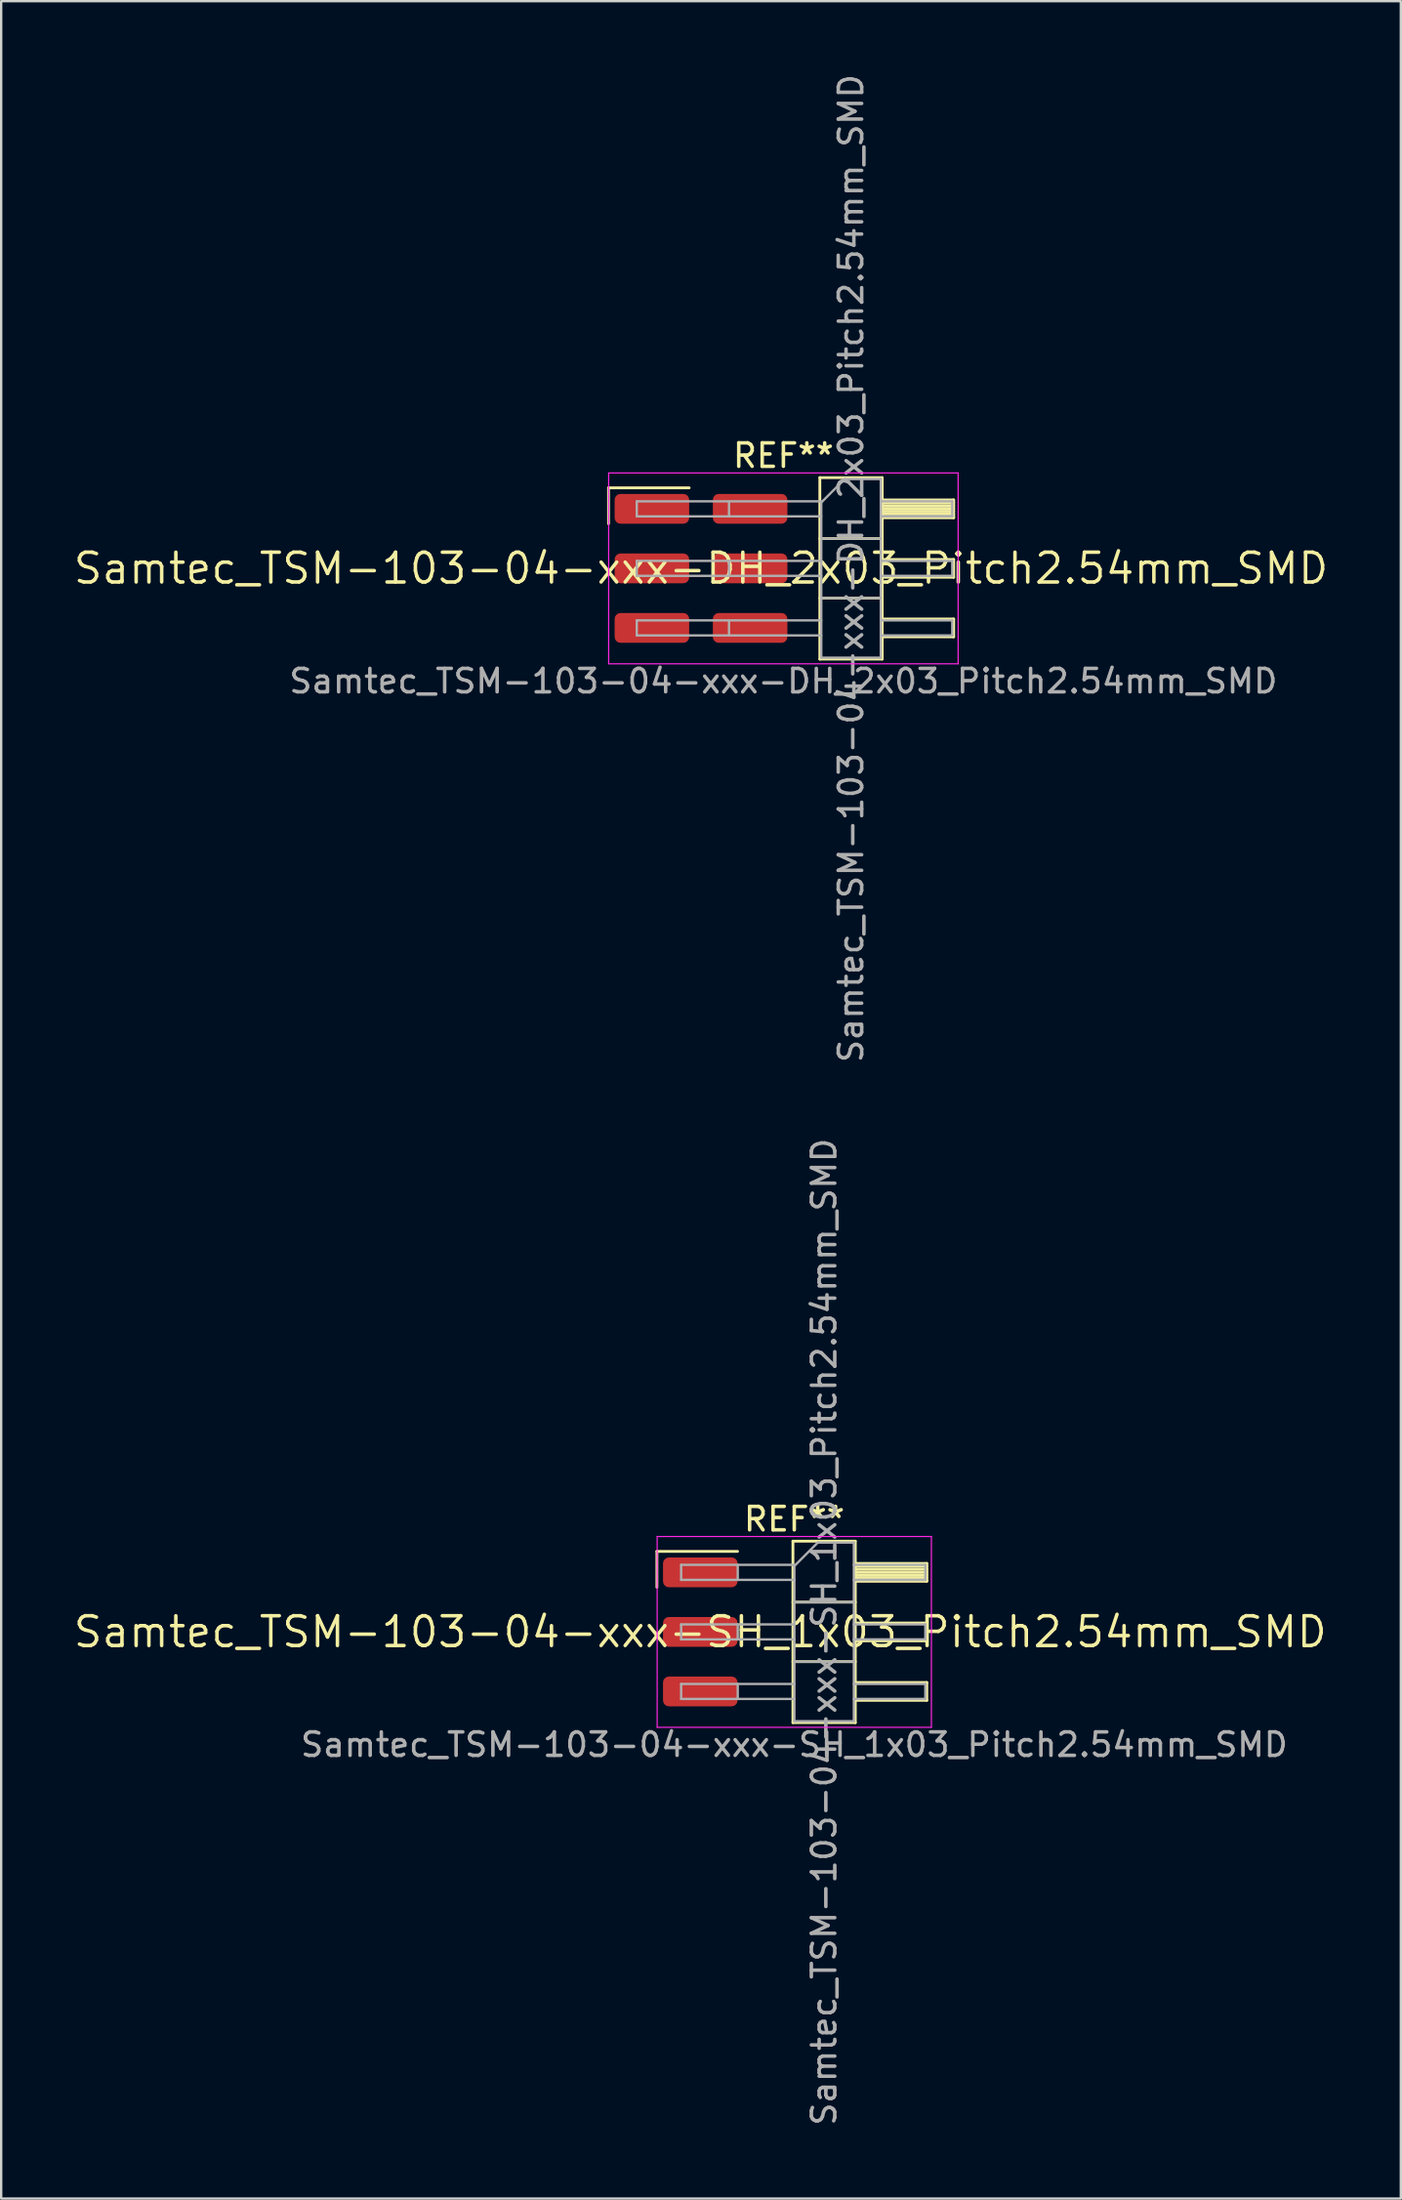
<source format=kicad_pcb>
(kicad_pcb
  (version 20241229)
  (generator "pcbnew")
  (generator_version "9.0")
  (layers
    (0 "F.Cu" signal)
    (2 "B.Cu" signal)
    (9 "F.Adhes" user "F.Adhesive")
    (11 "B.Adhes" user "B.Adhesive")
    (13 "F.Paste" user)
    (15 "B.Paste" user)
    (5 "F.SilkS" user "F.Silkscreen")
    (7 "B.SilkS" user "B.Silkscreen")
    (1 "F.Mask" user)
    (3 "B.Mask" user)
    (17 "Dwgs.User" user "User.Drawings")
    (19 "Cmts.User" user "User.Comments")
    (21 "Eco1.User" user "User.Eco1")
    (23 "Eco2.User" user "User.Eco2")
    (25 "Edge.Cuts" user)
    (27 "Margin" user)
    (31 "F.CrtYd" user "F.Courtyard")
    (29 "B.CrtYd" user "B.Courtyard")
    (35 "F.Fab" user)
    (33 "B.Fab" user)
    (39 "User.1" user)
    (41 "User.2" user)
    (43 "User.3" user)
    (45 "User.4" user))
  (footprint "Samtec_TSM-103-04-xxx-SH_1x03_Pitch2.54mm_SMD"
    (layer "F.Cu")
    (at 26.828 66.565)
    (property "Reference" "Samtec_TSM-103-04-xxx-SH_1x03_Pitch2.54mm_SMD" (at 0 0 0) (layer "F.SilkS") (effects (font (size 1.27 1.27) (thickness 0.15))))
    (attr smd)
    (fp_line (start -1.85 -3.435) (end 1.59 -3.435) (stroke (width 0.12) (type solid)) (layer "F.SilkS"))
    (fp_line (start -1.85 -1.905) (end -1.85 -3.435) (stroke (width 0.12) (type solid)) (layer "F.SilkS"))
    (fp_line (start 3.953 -3.87) (end 6.613 -3.87) (stroke (width 0.12) (type solid)) (layer "F.SilkS"))
    (fp_line (start 3.953 -1.27) (end 6.613 -1.27) (stroke (width 0.12) (type solid)) (layer "F.SilkS"))
    (fp_line (start 3.953 1.27) (end 6.613 1.27) (stroke (width 0.12) (type solid)) (layer "F.SilkS"))
    (fp_line (start 3.953 3.87) (end 3.953 -3.87) (stroke (width 0.12) (type solid)) (layer "F.SilkS"))
    (fp_line (start 6.613 -3.87) (end 6.613 3.87) (stroke (width 0.12) (type solid)) (layer "F.SilkS"))
    (fp_line (start 6.613 -2.92) (end 9.663 -2.92) (stroke (width 0.12) (type solid)) (layer "F.SilkS"))
    (fp_line (start 6.613 -2.8) (end 9.663 -2.8) (stroke (width 0.12) (type solid)) (layer "F.SilkS"))
    (fp_line (start 6.613 -2.68) (end 9.663 -2.68) (stroke (width 0.12) (type solid)) (layer "F.SilkS"))
    (fp_line (start 6.613 -2.56) (end 9.663 -2.56) (stroke (width 0.12) (type solid)) (layer "F.SilkS"))
    (fp_line (start 6.613 -2.44) (end 9.663 -2.44) (stroke (width 0.12) (type solid)) (layer "F.SilkS"))
    (fp_line (start 6.613 -2.32) (end 9.663 -2.32) (stroke (width 0.12) (type solid)) (layer "F.SilkS"))
    (fp_line (start 6.613 -2.2) (end 9.663 -2.2) (stroke (width 0.12) (type solid)) (layer "F.SilkS"))
    (fp_line (start 6.613 -2.16) (end 9.663 -2.16) (stroke (width 0.12) (type solid)) (layer "F.SilkS"))
    (fp_line (start 6.613 -0.38) (end 9.663 -0.38) (stroke (width 0.12) (type solid)) (layer "F.SilkS"))
    (fp_line (start 6.613 0.38) (end 9.663 0.38) (stroke (width 0.12) (type solid)) (layer "F.SilkS"))
    (fp_line (start 6.613 2.16) (end 9.663 2.16) (stroke (width 0.12) (type solid)) (layer "F.SilkS"))
    (fp_line (start 6.613 2.92) (end 9.663 2.92) (stroke (width 0.12) (type solid)) (layer "F.SilkS"))
    (fp_line (start 6.613 3.87) (end 3.953 3.87) (stroke (width 0.12) (type solid)) (layer "F.SilkS"))
    (fp_line (start 9.663 -2.92) (end 9.663 -2.16) (stroke (width 0.12) (type solid)) (layer "F.SilkS"))
    (fp_line (start 9.663 -0.38) (end 9.663 0.38) (stroke (width 0.12) (type solid)) (layer "F.SilkS"))
    (fp_line (start 9.663 2.16) (end 9.663 2.92) (stroke (width 0.12) (type solid)) (layer "F.SilkS"))
    (fp_line (start -1.84 -4.07) (end 9.86 -4.07) (stroke (width 0.05) (type solid)) (layer "F.CrtYd"))
    (fp_line (start -1.84 4.07) (end -1.84 -4.07) (stroke (width 0.05) (type solid)) (layer "F.CrtYd"))
    (fp_line (start 9.86 -4.07) (end 9.86 4.07) (stroke (width 0.05) (type solid)) (layer "F.CrtYd"))
    (fp_line (start 9.86 4.07) (end -1.84 4.07) (stroke (width 0.05) (type solid)) (layer "F.CrtYd"))
    (fp_line (start -0.817 -2.86) (end -0.817 -2.22) (stroke (width 0.1) (type solid)) (layer "F.Fab"))
    (fp_line (start -0.817 -2.86) (end 4.013 -2.86) (stroke (width 0.1) (type solid)) (layer "F.Fab"))
    (fp_line (start -0.817 -2.22) (end 4.013 -2.22) (stroke (width 0.1) (type solid)) (layer "F.Fab"))
    (fp_line (start -0.817 -0.32) (end -0.817 0.32) (stroke (width 0.1) (type solid)) (layer "F.Fab"))
    (fp_line (start -0.817 -0.32) (end 4.013 -0.32) (stroke (width 0.1) (type solid)) (layer "F.Fab"))
    (fp_line (start -0.817 0.32) (end 4.013 0.32) (stroke (width 0.1) (type solid)) (layer "F.Fab"))
    (fp_line (start -0.817 2.22) (end -0.817 2.86) (stroke (width 0.1) (type solid)) (layer "F.Fab"))
    (fp_line (start -0.817 2.22) (end 4.013 2.22) (stroke (width 0.1) (type solid)) (layer "F.Fab"))
    (fp_line (start -0.817 2.86) (end 4.013 2.86) (stroke (width 0.1) (type solid)) (layer "F.Fab"))
    (fp_line (start 1.598 -2.86) (end 1.598 -2.22) (stroke (width 0.1) (type solid)) (layer "F.Fab"))
    (fp_line (start 1.598 -0.32) (end 1.598 0.32) (stroke (width 0.1) (type solid)) (layer "F.Fab"))
    (fp_line (start 1.598 2.22) (end 1.598 2.86) (stroke (width 0.1) (type solid)) (layer "F.Fab"))
    (fp_line (start 4.013 -2.81) (end 5.013 -3.81) (stroke (width 0.1) (type solid)) (layer "F.Fab"))
    (fp_line (start 4.013 -1.27) (end 6.553 -1.27) (stroke (width 0.1) (type solid)) (layer "F.Fab"))
    (fp_line (start 4.013 1.27) (end 6.553 1.27) (stroke (width 0.1) (type solid)) (layer "F.Fab"))
    (fp_line (start 4.013 3.81) (end 4.013 -2.81) (stroke (width 0.1) (type solid)) (layer "F.Fab"))
    (fp_line (start 5.013 -3.81) (end 6.553 -3.81) (stroke (width 0.1) (type solid)) (layer "F.Fab"))
    (fp_line (start 6.553 -3.81) (end 6.553 3.81) (stroke (width 0.1) (type solid)) (layer "F.Fab"))
    (fp_line (start 6.553 -2.86) (end 9.603 -2.86) (stroke (width 0.1) (type solid)) (layer "F.Fab"))
    (fp_line (start 6.553 -2.22) (end 9.603 -2.22) (stroke (width 0.1) (type solid)) (layer "F.Fab"))
    (fp_line (start 6.553 -0.32) (end 9.603 -0.32) (stroke (width 0.1) (type solid)) (layer "F.Fab"))
    (fp_line (start 6.553 0.32) (end 9.603 0.32) (stroke (width 0.1) (type solid)) (layer "F.Fab"))
    (fp_line (start 6.553 2.22) (end 9.603 2.22) (stroke (width 0.1) (type solid)) (layer "F.Fab"))
    (fp_line (start 6.553 2.86) (end 9.603 2.86) (stroke (width 0.1) (type solid)) (layer "F.Fab"))
    (fp_line (start 6.553 3.81) (end 4.013 3.81) (stroke (width 0.1) (type solid)) (layer "F.Fab"))
    (fp_line (start 9.603 -2.86) (end 9.603 -2.22) (stroke (width 0.1) (type solid)) (layer "F.Fab"))
    (fp_line (start 9.603 -0.32) (end 9.603 0.32) (stroke (width 0.1) (type solid)) (layer "F.Fab"))
    (fp_line (start 9.603 2.22) (end 9.603 2.86) (stroke (width 0.1) (type solid)) (layer "F.Fab"))
    (fp_text user "REF**" (at 4.01 -4.81 0) (layer "F.SilkS") (effects (font (size 1 1) (thickness 0.15))))
    (fp_text user "Samtec_TSM-103-04-xxx-SH_1x03_Pitch2.54mm_SMD" (at 4.01 4.81 0) (layer "F.Fab") (effects (font (size 1 1) (thickness 0.15))))
    (fp_text user "${REFERENCE}" (at 5.283 0 90) (layer "F.Fab") (effects (font (size 1 1) (thickness 0.15))))
    (pad "1" smd roundrect (at 0 -2.54) (size 3.18 1.27) (layers "F.Cu" "F.Mask" "F.Paste") (roundrect_rratio 0.197))
    (pad "2" smd roundrect (at 0 0) (size 3.18 1.27) (layers "F.Cu" "F.Mask" "F.Paste") (roundrect_rratio 0.197))
    (pad "3" smd roundrect (at 0 2.54) (size 3.18 1.27) (layers "F.Cu" "F.Mask" "F.Paste") (roundrect_rratio 0.197)))
  (footprint "Samtec_TSM-103-04-xxx-DH_2x03_Pitch2.54mm_SMD"
    (layer "F.Cu")
    (at 26.859 21.196)
    (property "Reference" "Samtec_TSM-103-04-xxx-DH_2x03_Pitch2.54mm_SMD" (at 0 0 0) (layer "F.SilkS") (effects (font (size 1.27 1.27) (thickness 0.15))))
    (attr smd)
    (fp_line (start -3.945 -3.435) (end -0.505 -3.435) (stroke (width 0.12) (type solid)) (layer "F.SilkS"))
    (fp_line (start -3.945 -1.905) (end -3.945 -3.435) (stroke (width 0.12) (type solid)) (layer "F.SilkS"))
    (fp_line (start 5.07 -3.87) (end 7.73 -3.87) (stroke (width 0.12) (type solid)) (layer "F.SilkS"))
    (fp_line (start 5.07 -1.27) (end 7.73 -1.27) (stroke (width 0.12) (type solid)) (layer "F.SilkS"))
    (fp_line (start 5.07 1.27) (end 7.73 1.27) (stroke (width 0.12) (type solid)) (layer "F.SilkS"))
    (fp_line (start 5.07 3.87) (end 5.07 -3.87) (stroke (width 0.12) (type solid)) (layer "F.SilkS"))
    (fp_line (start 7.73 -3.87) (end 7.73 3.87) (stroke (width 0.12) (type solid)) (layer "F.SilkS"))
    (fp_line (start 7.73 -2.92) (end 10.78 -2.92) (stroke (width 0.12) (type solid)) (layer "F.SilkS"))
    (fp_line (start 7.73 -2.8) (end 10.78 -2.8) (stroke (width 0.12) (type solid)) (layer "F.SilkS"))
    (fp_line (start 7.73 -2.68) (end 10.78 -2.68) (stroke (width 0.12) (type solid)) (layer "F.SilkS"))
    (fp_line (start 7.73 -2.56) (end 10.78 -2.56) (stroke (width 0.12) (type solid)) (layer "F.SilkS"))
    (fp_line (start 7.73 -2.44) (end 10.78 -2.44) (stroke (width 0.12) (type solid)) (layer "F.SilkS"))
    (fp_line (start 7.73 -2.32) (end 10.78 -2.32) (stroke (width 0.12) (type solid)) (layer "F.SilkS"))
    (fp_line (start 7.73 -2.2) (end 10.78 -2.2) (stroke (width 0.12) (type solid)) (layer "F.SilkS"))
    (fp_line (start 7.73 -2.16) (end 10.78 -2.16) (stroke (width 0.12) (type solid)) (layer "F.SilkS"))
    (fp_line (start 7.73 -0.38) (end 10.78 -0.38) (stroke (width 0.12) (type solid)) (layer "F.SilkS"))
    (fp_line (start 7.73 0.38) (end 10.78 0.38) (stroke (width 0.12) (type solid)) (layer "F.SilkS"))
    (fp_line (start 7.73 2.16) (end 10.78 2.16) (stroke (width 0.12) (type solid)) (layer "F.SilkS"))
    (fp_line (start 7.73 2.92) (end 10.78 2.92) (stroke (width 0.12) (type solid)) (layer "F.SilkS"))
    (fp_line (start 7.73 3.87) (end 5.07 3.87) (stroke (width 0.12) (type solid)) (layer "F.SilkS"))
    (fp_line (start 10.78 -2.92) (end 10.78 -2.16) (stroke (width 0.12) (type solid)) (layer "F.SilkS"))
    (fp_line (start 10.78 -0.38) (end 10.78 0.38) (stroke (width 0.12) (type solid)) (layer "F.SilkS"))
    (fp_line (start 10.78 2.16) (end 10.78 2.92) (stroke (width 0.12) (type solid)) (layer "F.SilkS"))
    (fp_line (start -3.94 -4.07) (end 10.97 -4.07) (stroke (width 0.05) (type solid)) (layer "F.CrtYd"))
    (fp_line (start -3.94 4.07) (end -3.94 -4.07) (stroke (width 0.05) (type solid)) (layer "F.CrtYd"))
    (fp_line (start 10.97 -4.07) (end 10.97 4.07) (stroke (width 0.05) (type solid)) (layer "F.CrtYd"))
    (fp_line (start 10.97 4.07) (end -3.94 4.07) (stroke (width 0.05) (type solid)) (layer "F.CrtYd"))
    (fp_line (start -2.74 -2.86) (end -2.74 -2.22) (stroke (width 0.1) (type solid)) (layer "F.Fab"))
    (fp_line (start -2.74 -2.86) (end 5.13 -2.86) (stroke (width 0.1) (type solid)) (layer "F.Fab"))
    (fp_line (start -2.74 -2.22) (end 5.13 -2.22) (stroke (width 0.1) (type solid)) (layer "F.Fab"))
    (fp_line (start -2.74 -0.32) (end -2.74 0.32) (stroke (width 0.1) (type solid)) (layer "F.Fab"))
    (fp_line (start -2.74 -0.32) (end 5.13 -0.32) (stroke (width 0.1) (type solid)) (layer "F.Fab"))
    (fp_line (start -2.74 0.32) (end 5.13 0.32) (stroke (width 0.1) (type solid)) (layer "F.Fab"))
    (fp_line (start -2.74 2.22) (end -2.74 2.86) (stroke (width 0.1) (type solid)) (layer "F.Fab"))
    (fp_line (start -2.74 2.22) (end 5.13 2.22) (stroke (width 0.1) (type solid)) (layer "F.Fab"))
    (fp_line (start -2.74 2.86) (end 5.13 2.86) (stroke (width 0.1) (type solid)) (layer "F.Fab"))
    (fp_line (start 1.195 -2.86) (end 1.195 -2.22) (stroke (width 0.1) (type solid)) (layer "F.Fab"))
    (fp_line (start 1.195 -0.32) (end 1.195 0.32) (stroke (width 0.1) (type solid)) (layer "F.Fab"))
    (fp_line (start 1.195 2.22) (end 1.195 2.86) (stroke (width 0.1) (type solid)) (layer "F.Fab"))
    (fp_line (start 5.13 -2.81) (end 6.13 -3.81) (stroke (width 0.1) (type solid)) (layer "F.Fab"))
    (fp_line (start 5.13 -1.27) (end 7.67 -1.27) (stroke (width 0.1) (type solid)) (layer "F.Fab"))
    (fp_line (start 5.13 1.27) (end 7.67 1.27) (stroke (width 0.1) (type solid)) (layer "F.Fab"))
    (fp_line (start 5.13 3.81) (end 5.13 -2.81) (stroke (width 0.1) (type solid)) (layer "F.Fab"))
    (fp_line (start 6.13 -3.81) (end 7.67 -3.81) (stroke (width 0.1) (type solid)) (layer "F.Fab"))
    (fp_line (start 7.67 -3.81) (end 7.67 3.81) (stroke (width 0.1) (type solid)) (layer "F.Fab"))
    (fp_line (start 7.67 -2.86) (end 10.72 -2.86) (stroke (width 0.1) (type solid)) (layer "F.Fab"))
    (fp_line (start 7.67 -2.22) (end 10.72 -2.22) (stroke (width 0.1) (type solid)) (layer "F.Fab"))
    (fp_line (start 7.67 -0.32) (end 10.72 -0.32) (stroke (width 0.1) (type solid)) (layer "F.Fab"))
    (fp_line (start 7.67 0.32) (end 10.72 0.32) (stroke (width 0.1) (type solid)) (layer "F.Fab"))
    (fp_line (start 7.67 2.22) (end 10.72 2.22) (stroke (width 0.1) (type solid)) (layer "F.Fab"))
    (fp_line (start 7.67 2.86) (end 10.72 2.86) (stroke (width 0.1) (type solid)) (layer "F.Fab"))
    (fp_line (start 7.67 3.81) (end 5.13 3.81) (stroke (width 0.1) (type solid)) (layer "F.Fab"))
    (fp_line (start 10.72 -2.86) (end 10.72 -2.22) (stroke (width 0.1) (type solid)) (layer "F.Fab"))
    (fp_line (start 10.72 -0.32) (end 10.72 0.32) (stroke (width 0.1) (type solid)) (layer "F.Fab"))
    (fp_line (start 10.72 2.22) (end 10.72 2.86) (stroke (width 0.1) (type solid)) (layer "F.Fab"))
    (fp_text user "REF**" (at 3.515 -4.81 0) (layer "F.SilkS") (effects (font (size 1 1) (thickness 0.15))))
    (fp_text user "Samtec_TSM-103-04-xxx-DH_2x03_Pitch2.54mm_SMD" (at 3.515 4.81 0) (layer "F.Fab") (effects (font (size 1 1) (thickness 0.15))))
    (fp_text user "${REFERENCE}" (at 6.4 0 90) (layer "F.Fab") (effects (font (size 1 1) (thickness 0.15))))
    (pad "1" smd roundrect (at -2.095 -2.54) (size 3.18 1.27) (layers "F.Cu" "F.Mask" "F.Paste") (roundrect_rratio 0.197))
    (pad "2" smd roundrect (at 2.095 -2.54) (size 3.18 1.27) (layers "F.Cu" "F.Mask" "F.Paste") (roundrect_rratio 0.197))
    (pad "3" smd roundrect (at -2.095 0) (size 3.18 1.27) (layers "F.Cu" "F.Mask" "F.Paste") (roundrect_rratio 0.197))
    (pad "4" smd roundrect (at 2.095 0) (size 3.18 1.27) (layers "F.Cu" "F.Mask" "F.Paste") (roundrect_rratio 0.197))
    (pad "5" smd roundrect (at -2.095 2.54) (size 3.18 1.27) (layers "F.Cu" "F.Mask" "F.Paste") (roundrect_rratio 0.197))
    (pad "6" smd roundrect (at 2.095 2.54) (size 3.18 1.27) (layers "F.Cu" "F.Mask" "F.Paste") (roundrect_rratio 0.197)))
  (gr_rect
    (start -3 -3)
    (end 56.717 90.738)
    (stroke (width 0.1) (type default))
    (fill no)
    (layer "Edge.Cuts")))
</source>
